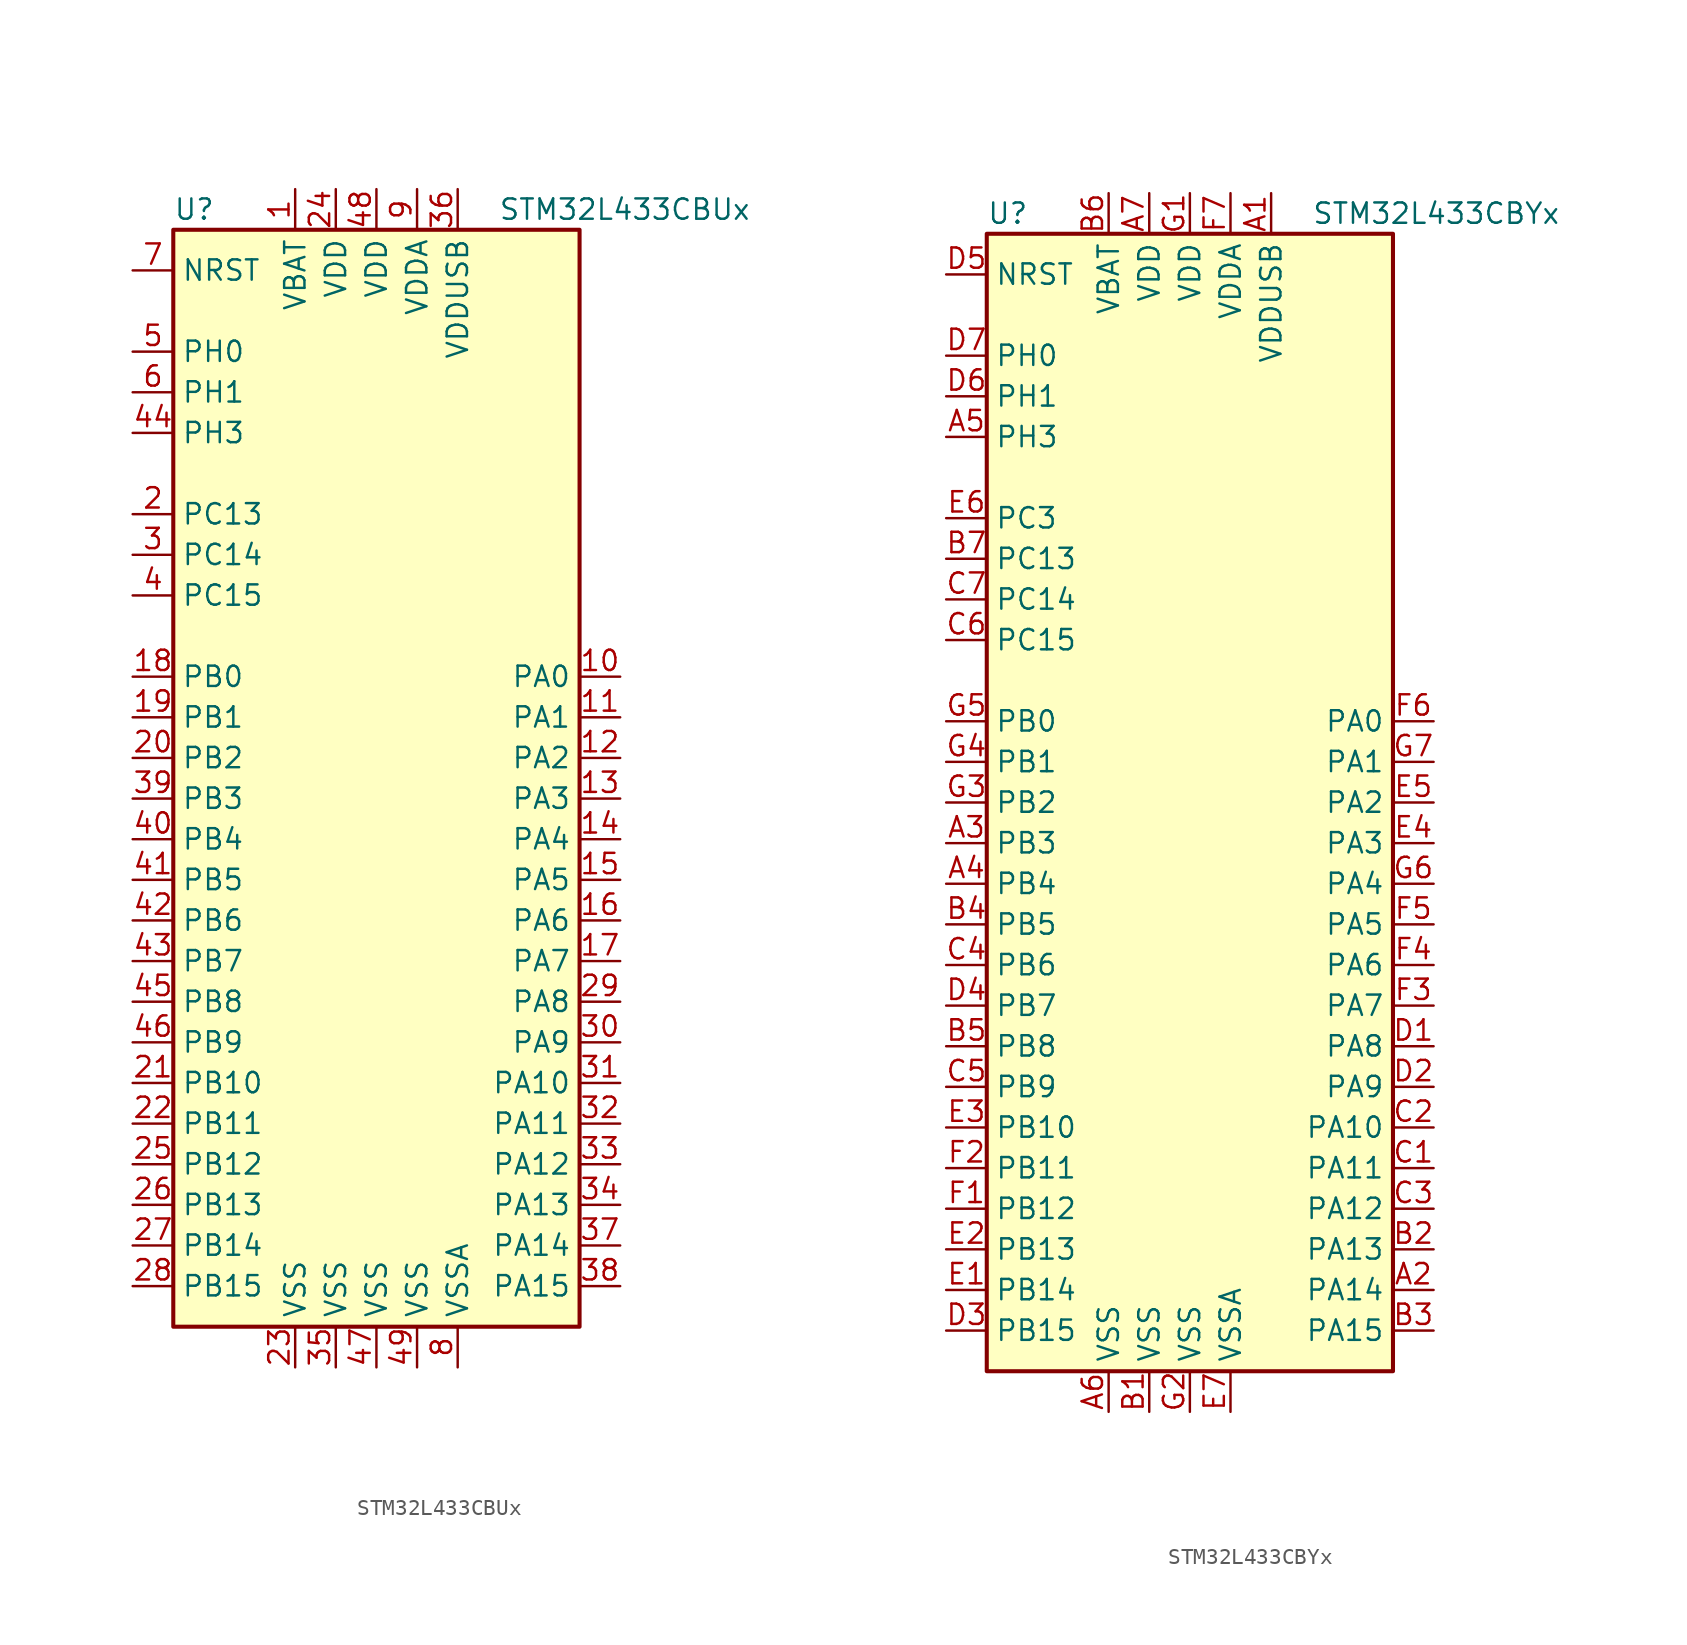
<source format=kicad_sym>
(kicad_symbol_lib
  (version 20220914)
  (generator kicad_symbol_editor)
  (symbol "STM32L433CBUx"
    (property "Reference" "U"
      (at -12.7 34.29 0)
      (effects (font (size 1.27 1.27)) (justify left)))
    (property "Value" "STM32L433CBUx"
      (at 7.62 34.29 0)
      (effects (font (size 1.27 1.27)) (justify left)))
    (symbol "STM32L433CBUx_0_1"
      (rectangle (start -12.7 -35.56) (end 12.7 33.02) (stroke (width 0.254) (type default)) (fill (type background))))
    (symbol "STM32L433CBUx_1_1"
      (pin power_in line (at -5.08 35.56 270) (length 2.54) (name "VBAT" (effects (font (size 1.27 1.27)))) (number "1" (effects (font (size 1.27 1.27)))))
      (pin bidirectional line (at 15.24 5.08 180) (length 2.54) (name "PA0" (effects (font (size 1.27 1.27)))) (number "10" (effects (font (size 1.27 1.27)))))
      (pin bidirectional line (at 15.24 2.54 180) (length 2.54) (name "PA1" (effects (font (size 1.27 1.27)))) (number "11" (effects (font (size 1.27 1.27)))))
      (pin bidirectional line (at 15.24 0 180) (length 2.54) (name "PA2" (effects (font (size 1.27 1.27)))) (number "12" (effects (font (size 1.27 1.27)))))
      (pin bidirectional line (at 15.24 -2.54 180) (length 2.54) (name "PA3" (effects (font (size 1.27 1.27)))) (number "13" (effects (font (size 1.27 1.27)))))
      (pin bidirectional line (at 15.24 -5.08 180) (length 2.54) (name "PA4" (effects (font (size 1.27 1.27)))) (number "14" (effects (font (size 1.27 1.27)))))
      (pin bidirectional line (at 15.24 -7.62 180) (length 2.54) (name "PA5" (effects (font (size 1.27 1.27)))) (number "15" (effects (font (size 1.27 1.27)))))
      (pin bidirectional line (at 15.24 -10.16 180) (length 2.54) (name "PA6" (effects (font (size 1.27 1.27)))) (number "16" (effects (font (size 1.27 1.27)))))
      (pin bidirectional line (at 15.24 -12.7 180) (length 2.54) (name "PA7" (effects (font (size 1.27 1.27)))) (number "17" (effects (font (size 1.27 1.27)))))
      (pin bidirectional line (at -15.24 5.08 0) (length 2.54) (name "PB0" (effects (font (size 1.27 1.27)))) (number "18" (effects (font (size 1.27 1.27)))))
      (pin bidirectional line (at -15.24 2.54 0) (length 2.54) (name "PB1" (effects (font (size 1.27 1.27)))) (number "19" (effects (font (size 1.27 1.27)))))
      (pin bidirectional line (at -15.24 15.24 0) (length 2.54) (name "PC13" (effects (font (size 1.27 1.27)))) (number "2" (effects (font (size 1.27 1.27)))))
      (pin bidirectional line (at -15.24 0 0) (length 2.54) (name "PB2" (effects (font (size 1.27 1.27)))) (number "20" (effects (font (size 1.27 1.27)))))
      (pin bidirectional line (at -15.24 -20.32 0) (length 2.54) (name "PB10" (effects (font (size 1.27 1.27)))) (number "21" (effects (font (size 1.27 1.27)))))
      (pin bidirectional line (at -15.24 -22.86 0) (length 2.54) (name "PB11" (effects (font (size 1.27 1.27)))) (number "22" (effects (font (size 1.27 1.27)))))
      (pin power_in line (at -5.08 -38.1 90) (length 2.54) (name "VSS" (effects (font (size 1.27 1.27)))) (number "23" (effects (font (size 1.27 1.27)))))
      (pin power_in line (at -2.54 35.56 270) (length 2.54) (name "VDD" (effects (font (size 1.27 1.27)))) (number "24" (effects (font (size 1.27 1.27)))))
      (pin bidirectional line (at -15.24 -25.4 0) (length 2.54) (name "PB12" (effects (font (size 1.27 1.27)))) (number "25" (effects (font (size 1.27 1.27)))))
      (pin bidirectional line (at -15.24 -27.94 0) (length 2.54) (name "PB13" (effects (font (size 1.27 1.27)))) (number "26" (effects (font (size 1.27 1.27)))))
      (pin bidirectional line (at -15.24 -30.48 0) (length 2.54) (name "PB14" (effects (font (size 1.27 1.27)))) (number "27" (effects (font (size 1.27 1.27)))))
      (pin bidirectional line (at -15.24 -33.02 0) (length 2.54) (name "PB15" (effects (font (size 1.27 1.27)))) (number "28" (effects (font (size 1.27 1.27)))))
      (pin bidirectional line (at 15.24 -15.24 180) (length 2.54) (name "PA8" (effects (font (size 1.27 1.27)))) (number "29" (effects (font (size 1.27 1.27)))))
      (pin bidirectional line (at -15.24 12.7 0) (length 2.54) (name "PC14" (effects (font (size 1.27 1.27)))) (number "3" (effects (font (size 1.27 1.27)))))
      (pin bidirectional line (at 15.24 -17.78 180) (length 2.54) (name "PA9" (effects (font (size 1.27 1.27)))) (number "30" (effects (font (size 1.27 1.27)))))
      (pin bidirectional line (at 15.24 -20.32 180) (length 2.54) (name "PA10" (effects (font (size 1.27 1.27)))) (number "31" (effects (font (size 1.27 1.27)))))
      (pin bidirectional line (at 15.24 -22.86 180) (length 2.54) (name "PA11" (effects (font (size 1.27 1.27)))) (number "32" (effects (font (size 1.27 1.27)))))
      (pin bidirectional line (at 15.24 -25.4 180) (length 2.54) (name "PA12" (effects (font (size 1.27 1.27)))) (number "33" (effects (font (size 1.27 1.27)))))
      (pin bidirectional line (at 15.24 -27.94 180) (length 2.54) (name "PA13" (effects (font (size 1.27 1.27)))) (number "34" (effects (font (size 1.27 1.27)))))
      (pin power_in line (at -2.54 -38.1 90) (length 2.54) (name "VSS" (effects (font (size 1.27 1.27)))) (number "35" (effects (font (size 1.27 1.27)))))
      (pin power_in line (at 5.08 35.56 270) (length 2.54) (name "VDDUSB" (effects (font (size 1.27 1.27)))) (number "36" (effects (font (size 1.27 1.27)))))
      (pin bidirectional line (at 15.24 -30.48 180) (length 2.54) (name "PA14" (effects (font (size 1.27 1.27)))) (number "37" (effects (font (size 1.27 1.27)))))
      (pin bidirectional line (at 15.24 -33.02 180) (length 2.54) (name "PA15" (effects (font (size 1.27 1.27)))) (number "38" (effects (font (size 1.27 1.27)))))
      (pin bidirectional line (at -15.24 -2.54 0) (length 2.54) (name "PB3" (effects (font (size 1.27 1.27)))) (number "39" (effects (font (size 1.27 1.27)))))
      (pin bidirectional line (at -15.24 10.16 0) (length 2.54) (name "PC15" (effects (font (size 1.27 1.27)))) (number "4" (effects (font (size 1.27 1.27)))))
      (pin bidirectional line (at -15.24 -5.08 0) (length 2.54) (name "PB4" (effects (font (size 1.27 1.27)))) (number "40" (effects (font (size 1.27 1.27)))))
      (pin bidirectional line (at -15.24 -7.62 0) (length 2.54) (name "PB5" (effects (font (size 1.27 1.27)))) (number "41" (effects (font (size 1.27 1.27)))))
      (pin bidirectional line (at -15.24 -10.16 0) (length 2.54) (name "PB6" (effects (font (size 1.27 1.27)))) (number "42" (effects (font (size 1.27 1.27)))))
      (pin bidirectional line (at -15.24 -12.7 0) (length 2.54) (name "PB7" (effects (font (size 1.27 1.27)))) (number "43" (effects (font (size 1.27 1.27)))))
      (pin bidirectional line (at -15.24 20.32 0) (length 2.54) (name "PH3" (effects (font (size 1.27 1.27)))) (number "44" (effects (font (size 1.27 1.27)))))
      (pin bidirectional line (at -15.24 -15.24 0) (length 2.54) (name "PB8" (effects (font (size 1.27 1.27)))) (number "45" (effects (font (size 1.27 1.27)))))
      (pin bidirectional line (at -15.24 -17.78 0) (length 2.54) (name "PB9" (effects (font (size 1.27 1.27)))) (number "46" (effects (font (size 1.27 1.27)))))
      (pin power_in line (at 0 -38.1 90) (length 2.54) (name "VSS" (effects (font (size 1.27 1.27)))) (number "47" (effects (font (size 1.27 1.27)))))
      (pin power_in line (at 0 35.56 270) (length 2.54) (name "VDD" (effects (font (size 1.27 1.27)))) (number "48" (effects (font (size 1.27 1.27)))))
      (pin power_in line (at 2.54 -38.1 90) (length 2.54) (name "VSS" (effects (font (size 1.27 1.27)))) (number "49" (effects (font (size 1.27 1.27)))))
      (pin input line (at -15.24 25.4 0) (length 2.54) (name "PH0" (effects (font (size 1.27 1.27)))) (number "5" (effects (font (size 1.27 1.27)))))
      (pin input line (at -15.24 22.86 0) (length 2.54) (name "PH1" (effects (font (size 1.27 1.27)))) (number "6" (effects (font (size 1.27 1.27)))))
      (pin input line (at -15.24 30.48 0) (length 2.54) (name "NRST" (effects (font (size 1.27 1.27)))) (number "7" (effects (font (size 1.27 1.27)))))
      (pin power_in line (at 5.08 -38.1 90) (length 2.54) (name "VSSA" (effects (font (size 1.27 1.27)))) (number "8" (effects (font (size 1.27 1.27)))))
      (pin power_in line (at 2.54 35.56 270) (length 2.54) (name "VDDA" (effects (font (size 1.27 1.27)))) (number "9" (effects (font (size 1.27 1.27)))))))
  (symbol "STM32L433CBYx"
    (property "Reference" "U"
      (at -12.7 36.83 0)
      (effects (font (size 1.27 1.27)) (justify left)))
    (property "Value" "STM32L433CBYx"
      (at 7.62 36.83 0)
      (effects (font (size 1.27 1.27)) (justify left)))
    (symbol "STM32L433CBYx_0_1"
      (rectangle (start -12.7 -35.56) (end 12.7 35.56) (stroke (width 0.254) (type default)) (fill (type background))))
    (symbol "STM32L433CBYx_1_1"
      (pin power_in line (at 5.08 38.1 270) (length 2.54) (name "VDDUSB" (effects (font (size 1.27 1.27)))) (number "A1" (effects (font (size 1.27 1.27)))))
      (pin bidirectional line (at 15.24 -30.48 180) (length 2.54) (name "PA14" (effects (font (size 1.27 1.27)))) (number "A2" (effects (font (size 1.27 1.27)))))
      (pin bidirectional line (at -15.24 -2.54 0) (length 2.54) (name "PB3" (effects (font (size 1.27 1.27)))) (number "A3" (effects (font (size 1.27 1.27)))))
      (pin bidirectional line (at -15.24 -5.08 0) (length 2.54) (name "PB4" (effects (font (size 1.27 1.27)))) (number "A4" (effects (font (size 1.27 1.27)))))
      (pin bidirectional line (at -15.24 22.86 0) (length 2.54) (name "PH3" (effects (font (size 1.27 1.27)))) (number "A5" (effects (font (size 1.27 1.27)))))
      (pin power_in line (at -5.08 -38.1 90) (length 2.54) (name "VSS" (effects (font (size 1.27 1.27)))) (number "A6" (effects (font (size 1.27 1.27)))))
      (pin power_in line (at -2.54 38.1 270) (length 2.54) (name "VDD" (effects (font (size 1.27 1.27)))) (number "A7" (effects (font (size 1.27 1.27)))))
      (pin power_in line (at -2.54 -38.1 90) (length 2.54) (name "VSS" (effects (font (size 1.27 1.27)))) (number "B1" (effects (font (size 1.27 1.27)))))
      (pin bidirectional line (at 15.24 -27.94 180) (length 2.54) (name "PA13" (effects (font (size 1.27 1.27)))) (number "B2" (effects (font (size 1.27 1.27)))))
      (pin bidirectional line (at 15.24 -33.02 180) (length 2.54) (name "PA15" (effects (font (size 1.27 1.27)))) (number "B3" (effects (font (size 1.27 1.27)))))
      (pin bidirectional line (at -15.24 -7.62 0) (length 2.54) (name "PB5" (effects (font (size 1.27 1.27)))) (number "B4" (effects (font (size 1.27 1.27)))))
      (pin bidirectional line (at -15.24 -15.24 0) (length 2.54) (name "PB8" (effects (font (size 1.27 1.27)))) (number "B5" (effects (font (size 1.27 1.27)))))
      (pin power_in line (at -5.08 38.1 270) (length 2.54) (name "VBAT" (effects (font (size 1.27 1.27)))) (number "B6" (effects (font (size 1.27 1.27)))))
      (pin bidirectional line (at -15.24 15.24 0) (length 2.54) (name "PC13" (effects (font (size 1.27 1.27)))) (number "B7" (effects (font (size 1.27 1.27)))))
      (pin bidirectional line (at 15.24 -22.86 180) (length 2.54) (name "PA11" (effects (font (size 1.27 1.27)))) (number "C1" (effects (font (size 1.27 1.27)))))
      (pin bidirectional line (at 15.24 -20.32 180) (length 2.54) (name "PA10" (effects (font (size 1.27 1.27)))) (number "C2" (effects (font (size 1.27 1.27)))))
      (pin bidirectional line (at 15.24 -25.4 180) (length 2.54) (name "PA12" (effects (font (size 1.27 1.27)))) (number "C3" (effects (font (size 1.27 1.27)))))
      (pin bidirectional line (at -15.24 -10.16 0) (length 2.54) (name "PB6" (effects (font (size 1.27 1.27)))) (number "C4" (effects (font (size 1.27 1.27)))))
      (pin bidirectional line (at -15.24 -17.78 0) (length 2.54) (name "PB9" (effects (font (size 1.27 1.27)))) (number "C5" (effects (font (size 1.27 1.27)))))
      (pin bidirectional line (at -15.24 10.16 0) (length 2.54) (name "PC15" (effects (font (size 1.27 1.27)))) (number "C6" (effects (font (size 1.27 1.27)))))
      (pin bidirectional line (at -15.24 12.7 0) (length 2.54) (name "PC14" (effects (font (size 1.27 1.27)))) (number "C7" (effects (font (size 1.27 1.27)))))
      (pin bidirectional line (at 15.24 -15.24 180) (length 2.54) (name "PA8" (effects (font (size 1.27 1.27)))) (number "D1" (effects (font (size 1.27 1.27)))))
      (pin bidirectional line (at 15.24 -17.78 180) (length 2.54) (name "PA9" (effects (font (size 1.27 1.27)))) (number "D2" (effects (font (size 1.27 1.27)))))
      (pin bidirectional line (at -15.24 -33.02 0) (length 2.54) (name "PB15" (effects (font (size 1.27 1.27)))) (number "D3" (effects (font (size 1.27 1.27)))))
      (pin bidirectional line (at -15.24 -12.7 0) (length 2.54) (name "PB7" (effects (font (size 1.27 1.27)))) (number "D4" (effects (font (size 1.27 1.27)))))
      (pin input line (at -15.24 33.02 0) (length 2.54) (name "NRST" (effects (font (size 1.27 1.27)))) (number "D5" (effects (font (size 1.27 1.27)))))
      (pin input line (at -15.24 25.4 0) (length 2.54) (name "PH1" (effects (font (size 1.27 1.27)))) (number "D6" (effects (font (size 1.27 1.27)))))
      (pin input line (at -15.24 27.94 0) (length 2.54) (name "PH0" (effects (font (size 1.27 1.27)))) (number "D7" (effects (font (size 1.27 1.27)))))
      (pin bidirectional line (at -15.24 -30.48 0) (length 2.54) (name "PB14" (effects (font (size 1.27 1.27)))) (number "E1" (effects (font (size 1.27 1.27)))))
      (pin bidirectional line (at -15.24 -27.94 0) (length 2.54) (name "PB13" (effects (font (size 1.27 1.27)))) (number "E2" (effects (font (size 1.27 1.27)))))
      (pin bidirectional line (at -15.24 -20.32 0) (length 2.54) (name "PB10" (effects (font (size 1.27 1.27)))) (number "E3" (effects (font (size 1.27 1.27)))))
      (pin bidirectional line (at 15.24 -2.54 180) (length 2.54) (name "PA3" (effects (font (size 1.27 1.27)))) (number "E4" (effects (font (size 1.27 1.27)))))
      (pin bidirectional line (at 15.24 0 180) (length 2.54) (name "PA2" (effects (font (size 1.27 1.27)))) (number "E5" (effects (font (size 1.27 1.27)))))
      (pin bidirectional line (at -15.24 17.78 0) (length 2.54) (name "PC3" (effects (font (size 1.27 1.27)))) (number "E6" (effects (font (size 1.27 1.27)))))
      (pin power_in line (at 2.54 -38.1 90) (length 2.54) (name "VSSA" (effects (font (size 1.27 1.27)))) (number "E7" (effects (font (size 1.27 1.27)))))
      (pin bidirectional line (at -15.24 -25.4 0) (length 2.54) (name "PB12" (effects (font (size 1.27 1.27)))) (number "F1" (effects (font (size 1.27 1.27)))))
      (pin bidirectional line (at -15.24 -22.86 0) (length 2.54) (name "PB11" (effects (font (size 1.27 1.27)))) (number "F2" (effects (font (size 1.27 1.27)))))
      (pin bidirectional line (at 15.24 -12.7 180) (length 2.54) (name "PA7" (effects (font (size 1.27 1.27)))) (number "F3" (effects (font (size 1.27 1.27)))))
      (pin bidirectional line (at 15.24 -10.16 180) (length 2.54) (name "PA6" (effects (font (size 1.27 1.27)))) (number "F4" (effects (font (size 1.27 1.27)))))
      (pin bidirectional line (at 15.24 -7.62 180) (length 2.54) (name "PA5" (effects (font (size 1.27 1.27)))) (number "F5" (effects (font (size 1.27 1.27)))))
      (pin bidirectional line (at 15.24 5.08 180) (length 2.54) (name "PA0" (effects (font (size 1.27 1.27)))) (number "F6" (effects (font (size 1.27 1.27)))))
      (pin power_in line (at 2.54 38.1 270) (length 2.54) (name "VDDA" (effects (font (size 1.27 1.27)))) (number "F7" (effects (font (size 1.27 1.27)))))
      (pin power_in line (at 0 38.1 270) (length 2.54) (name "VDD" (effects (font (size 1.27 1.27)))) (number "G1" (effects (font (size 1.27 1.27)))))
      (pin power_in line (at 0 -38.1 90) (length 2.54) (name "VSS" (effects (font (size 1.27 1.27)))) (number "G2" (effects (font (size 1.27 1.27)))))
      (pin bidirectional line (at -15.24 0 0) (length 2.54) (name "PB2" (effects (font (size 1.27 1.27)))) (number "G3" (effects (font (size 1.27 1.27)))))
      (pin bidirectional line (at -15.24 2.54 0) (length 2.54) (name "PB1" (effects (font (size 1.27 1.27)))) (number "G4" (effects (font (size 1.27 1.27)))))
      (pin bidirectional line (at -15.24 5.08 0) (length 2.54) (name "PB0" (effects (font (size 1.27 1.27)))) (number "G5" (effects (font (size 1.27 1.27)))))
      (pin bidirectional line (at 15.24 -5.08 180) (length 2.54) (name "PA4" (effects (font (size 1.27 1.27)))) (number "G6" (effects (font (size 1.27 1.27)))))
      (pin bidirectional line (at 15.24 2.54 180) (length 2.54) (name "PA1" (effects (font (size 1.27 1.27)))) (number "G7" (effects (font (size 1.27 1.27))))))))
</source>
